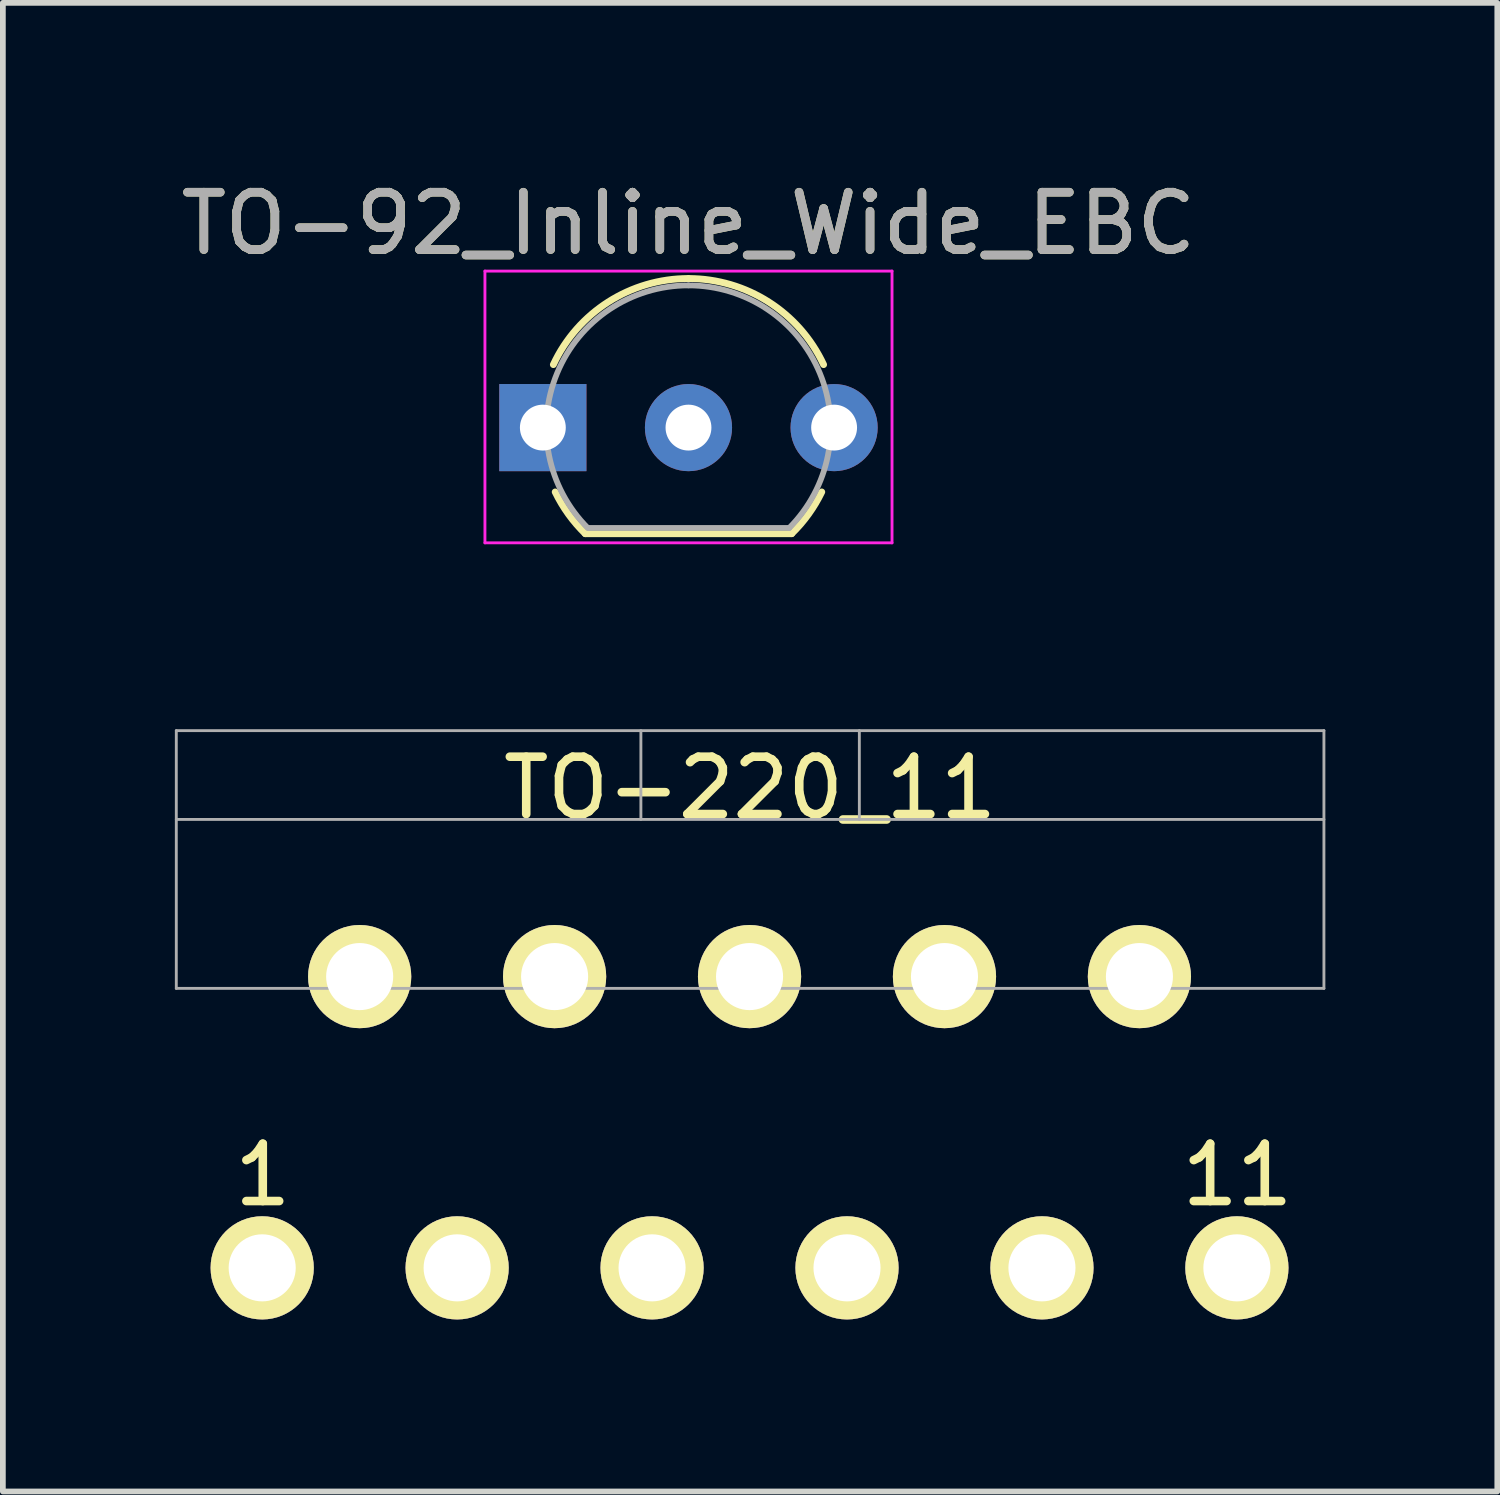
<source format=kicad_pcb>
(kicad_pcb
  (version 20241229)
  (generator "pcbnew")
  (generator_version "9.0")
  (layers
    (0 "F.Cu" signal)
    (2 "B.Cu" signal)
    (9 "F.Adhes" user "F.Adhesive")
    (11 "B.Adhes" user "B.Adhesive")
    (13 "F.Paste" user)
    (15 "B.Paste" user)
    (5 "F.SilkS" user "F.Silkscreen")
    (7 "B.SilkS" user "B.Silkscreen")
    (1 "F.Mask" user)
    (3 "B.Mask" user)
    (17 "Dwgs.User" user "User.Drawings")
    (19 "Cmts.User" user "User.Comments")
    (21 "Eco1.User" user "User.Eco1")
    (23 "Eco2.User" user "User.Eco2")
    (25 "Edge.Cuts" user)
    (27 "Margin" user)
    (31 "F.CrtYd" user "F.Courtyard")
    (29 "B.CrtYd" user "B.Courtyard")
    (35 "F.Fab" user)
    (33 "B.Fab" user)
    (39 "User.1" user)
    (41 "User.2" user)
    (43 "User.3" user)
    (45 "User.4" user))
  (footprint "TO-220_11"
    (layer "F.Cu")
    (at 10.033 9.693)
    (property "Reference" "TO-220_11" (at 0 1 0) (layer "F.SilkS") (effects (font (size 1 1) (thickness 0.15))))
    (attr through_hole)
    (fp_line (start -10.008 0) (end 10.008 0) (stroke (width 0.05) (type solid)) (layer "F.Fab"))
    (fp_line (start -10.008 1.549) (end 10.008 1.549) (stroke (width 0.05) (type solid)) (layer "F.Fab"))
    (fp_line (start -10.008 4.496) (end -10.008 0) (stroke (width 0.05) (type solid)) (layer "F.Fab"))
    (fp_line (start -1.905 0) (end -1.905 1.549) (stroke (width 0.05) (type solid)) (layer "F.Fab"))
    (fp_line (start 1.905 0) (end 1.905 1.549) (stroke (width 0.05) (type solid)) (layer "F.Fab"))
    (fp_line (start 10.008 0) (end 10.008 4.496) (stroke (width 0.05) (type solid)) (layer "F.Fab"))
    (fp_line (start 10.008 4.496) (end -10.008 4.496) (stroke (width 0.05) (type solid)) (layer "F.Fab"))
    (fp_text user "1" (at -8.5 7.75 0) (layer "F.SilkS") (effects (font (size 1 1) (thickness 0.15))))
    (fp_text user "11" (at 8.5 7.75 0) (layer "F.SilkS") (effects (font (size 1 1) (thickness 0.15))))
    (pad "1" thru_hole circle (at -8.51 9.37) (size 1.8 1.8) (drill 1.17) (layers "*.Cu" "*.Mask" "F.SilkS"))
    (pad "2" thru_hole circle (at -6.81 4.29) (size 1.8 1.8) (drill 1.17) (layers "*.Cu" "*.Mask" "F.SilkS"))
    (pad "3" thru_hole circle (at -5.11 9.37) (size 1.8 1.8) (drill 1.17) (layers "*.Cu" "*.Mask" "F.SilkS"))
    (pad "4" thru_hole circle (at -3.41 4.29) (size 1.8 1.8) (drill 1.17) (layers "*.Cu" "*.Mask" "F.SilkS"))
    (pad "5" thru_hole circle (at -1.71 9.37) (size 1.8 1.8) (drill 1.17) (layers "*.Cu" "*.Mask" "F.SilkS"))
    (pad "6" thru_hole circle (at -0.01 4.29) (size 1.8 1.8) (drill 1.17) (layers "*.Cu" "*.Mask" "F.SilkS"))
    (pad "7" thru_hole circle (at 1.69 9.37) (size 1.8 1.8) (drill 1.17) (layers "*.Cu" "*.Mask" "F.SilkS"))
    (pad "8" thru_hole circle (at 3.39 4.29) (size 1.8 1.8) (drill 1.17) (layers "*.Cu" "*.Mask" "F.SilkS"))
    (pad "9" thru_hole circle (at 5.09 9.37) (size 1.8 1.8) (drill 1.17) (layers "*.Cu" "*.Mask" "F.SilkS"))
    (pad "10" thru_hole circle (at 6.79 4.29) (size 1.8 1.8) (drill 1.17) (layers "*.Cu" "*.Mask" "F.SilkS"))
    (pad "11" thru_hole circle (at 8.49 9.37) (size 1.8 1.8) (drill 1.17) (layers "*.Cu" "*.Mask" "F.SilkS")))
  (footprint "TO-92_Inline_Wide_EBC"
    (layer "F.Cu")
    (at 6.418 4.408)
    (property "Reference" "TO-92_Inline_Wide_EBC" (at 2.54 -3.56 180) (layer "F.SilkS") (effects (font (size 1 1) (thickness 0.15))))
    (attr through_hole)
    (fp_line (start 0.74 1.85) (end 4.34 1.85) (stroke (width 0.12) (type solid)) (layer "F.SilkS"))
    (fp_arc (start 0.1836 -1.098807) (mid 1.143021 -2.192817) (end 2.54 -2.6) (stroke (width 0.12) (type solid)) (layer "F.SilkS"))
    (fp_arc (start 0.74 1.85) (mid 0.446097 1.509328) (end 0.215816 1.122795) (stroke (width 0.12) (type solid)) (layer "F.SilkS"))
    (fp_arc (start 2.54 -2.6) (mid 3.936979 -2.192818) (end 4.8964 -1.098807) (stroke (width 0.12) (type solid)) (layer "F.SilkS"))
    (fp_arc (start 4.864184 1.122795) (mid 4.633903 1.509328) (end 4.34 1.85) (stroke (width 0.12) (type solid)) (layer "F.SilkS"))
    (fp_line (start -1.01 -2.73) (end -1.01 2.01) (stroke (width 0.05) (type solid)) (layer "F.CrtYd"))
    (fp_line (start -1.01 -2.73) (end 6.09 -2.73) (stroke (width 0.05) (type solid)) (layer "F.CrtYd"))
    (fp_line (start 6.09 2.01) (end -1.01 2.01) (stroke (width 0.05) (type solid)) (layer "F.CrtYd"))
    (fp_line (start 6.09 2.01) (end 6.09 -2.73) (stroke (width 0.05) (type solid)) (layer "F.CrtYd"))
    (fp_line (start 0.8 1.75) (end 4.3 1.75) (stroke (width 0.1) (type solid)) (layer "F.Fab"))
    (fp_arc (start 0.786375 1.753625) (mid 0.248779 -0.949055) (end 2.54 -2.48) (stroke (width 0.1) (type solid)) (layer "F.Fab"))
    (fp_arc (start 2.54 -2.48) (mid 4.831221 -0.949055) (end 4.293625 1.753625) (stroke (width 0.1) (type solid)) (layer "F.Fab"))
    (fp_text user "${REFERENCE}" (at 2.54 -3.56 180) (layer "F.Fab") (effects (font (size 1 1) (thickness 0.15))))
    (pad "B" thru_hole circle (at 2.54 0 90) (size 1.52 1.52) (drill 0.8) (layers "*.Cu" "*.Mask"))
    (pad "C" thru_hole circle (at 5.08 0 90) (size 1.52 1.52) (drill 0.8) (layers "*.Cu" "*.Mask"))
    (pad "E" thru_hole rect (at 0 0 90) (size 1.52 1.52) (drill 0.8) (layers "*.Cu" "*.Mask")))
  (gr_rect
    (start -3 -3)
    (end 23.065 22.963)
    (stroke (width 0.1) (type default))
    (fill no)
    (layer "Edge.Cuts")))
</source>
